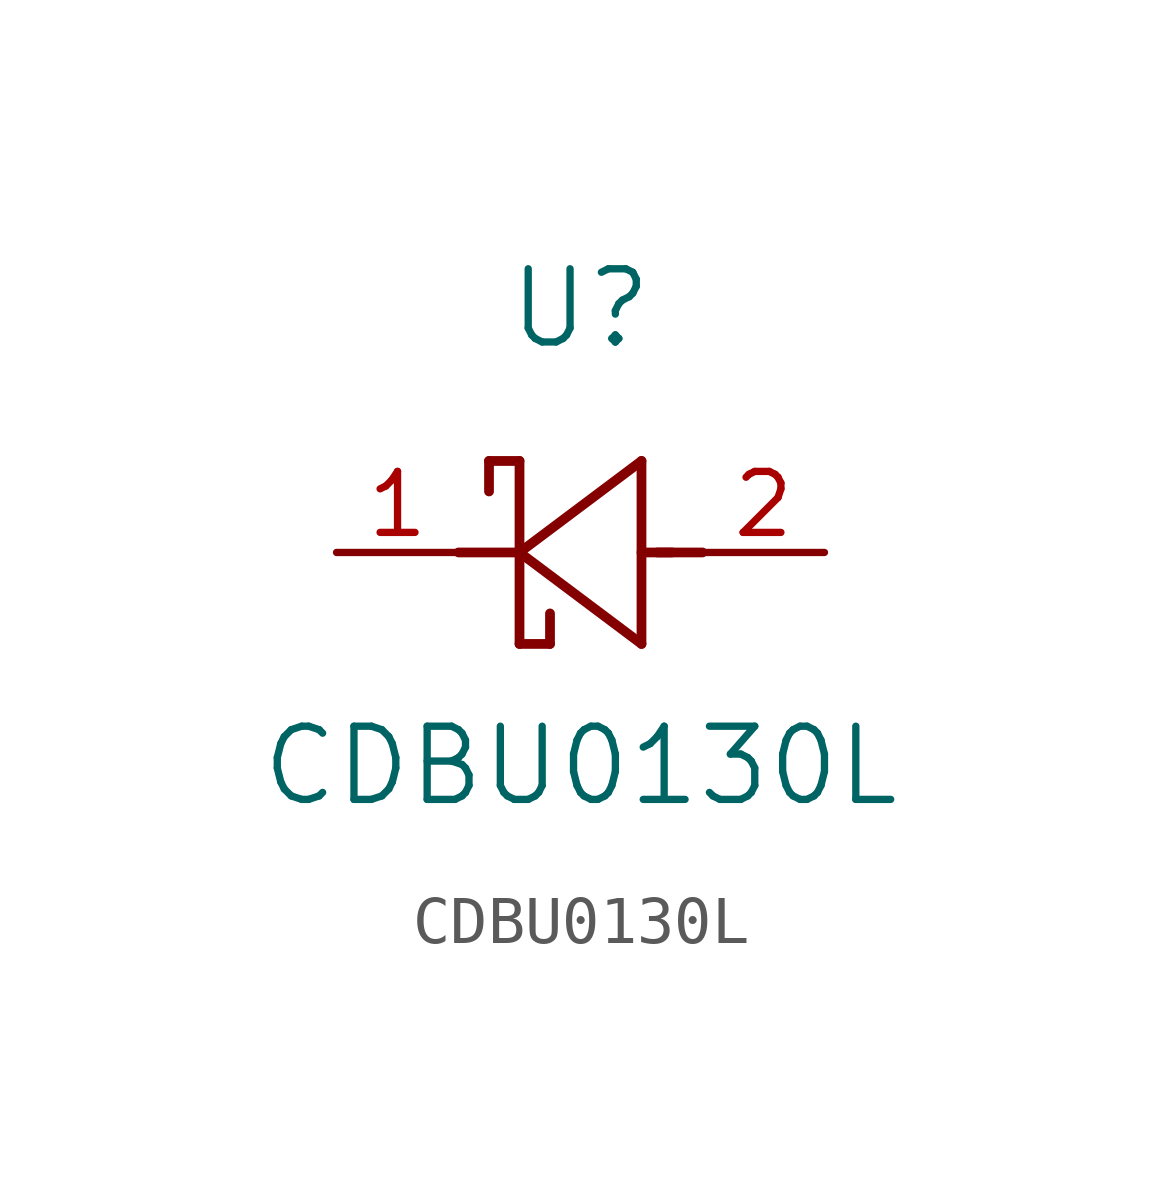
<source format=kicad_sym>
(kicad_symbol_lib
  (version 20241209)
  (generator "kicad_symbol_editor")
  (generator_version "9.0")
  (symbol "CDBU0130L"
    (pin_names
      (offset 0.254))
    (property "Reference" "U"
      (at 5.08 5.08 0)
      (effects (font (size 1.524 1.524))))
    (property "Value" "CDBU0130L"
      (at 5.08 -4.445 0)
      (effects (font (size 1.524 1.524))))
    (symbol "CDBU0130L_0_1"
      (polyline (pts (xy 3.175 1.905) (xy 3.175 1.27)) (stroke (width 0.203) (type default)) (fill (type none)))
      (polyline (pts (xy 3.175 1.905) (xy 3.81 1.905)) (stroke (width 0.203) (type default)) (fill (type none)))
      (polyline (pts (xy 3.81 1.905) (xy 3.81 -1.905)) (stroke (width 0.203) (type default)) (fill (type none)))
      (polyline (pts (xy 3.81 0) (xy 2.54 0)) (stroke (width 0.203) (type default)) (fill (type none)))
      (polyline (pts (xy 3.81 0) (xy 6.35 -1.905)) (stroke (width 0.203) (type default)) (fill (type none)))
      (polyline (pts (xy 4.445 -1.905) (xy 3.81 -1.905)) (stroke (width 0.203) (type default)) (fill (type none)))
      (polyline (pts (xy 4.445 -1.905) (xy 4.445 -1.27)) (stroke (width 0.203) (type default)) (fill (type none)))
      (polyline (pts (xy 6.35 1.905) (xy 3.81 0)) (stroke (width 0.203) (type default)) (fill (type none)))
      (polyline (pts (xy 6.35 -1.905) (xy 6.35 1.905)) (stroke (width 0.203) (type default)) (fill (type none)))
      (polyline (pts (xy 6.985 0) (xy 6.35 0)) (stroke (width 0.203) (type default)) (fill (type none)))
      (polyline (pts (xy 7.62 0) (xy 6.68 0)) (stroke (width 0.203) (type default)) (fill (type none)))
      (pin unspecified line (at 0 0 0) (length 2.54) (name "" (effects (font (size 1.27 1.27)))) (number "1" (effects (font (size 1.27 1.27)))))
      (pin unspecified line (at 10.16 0 180) (length 2.54) (name "" (effects (font (size 1.27 1.27)))) (number "2" (effects (font (size 1.27 1.27))))))))
</source>
